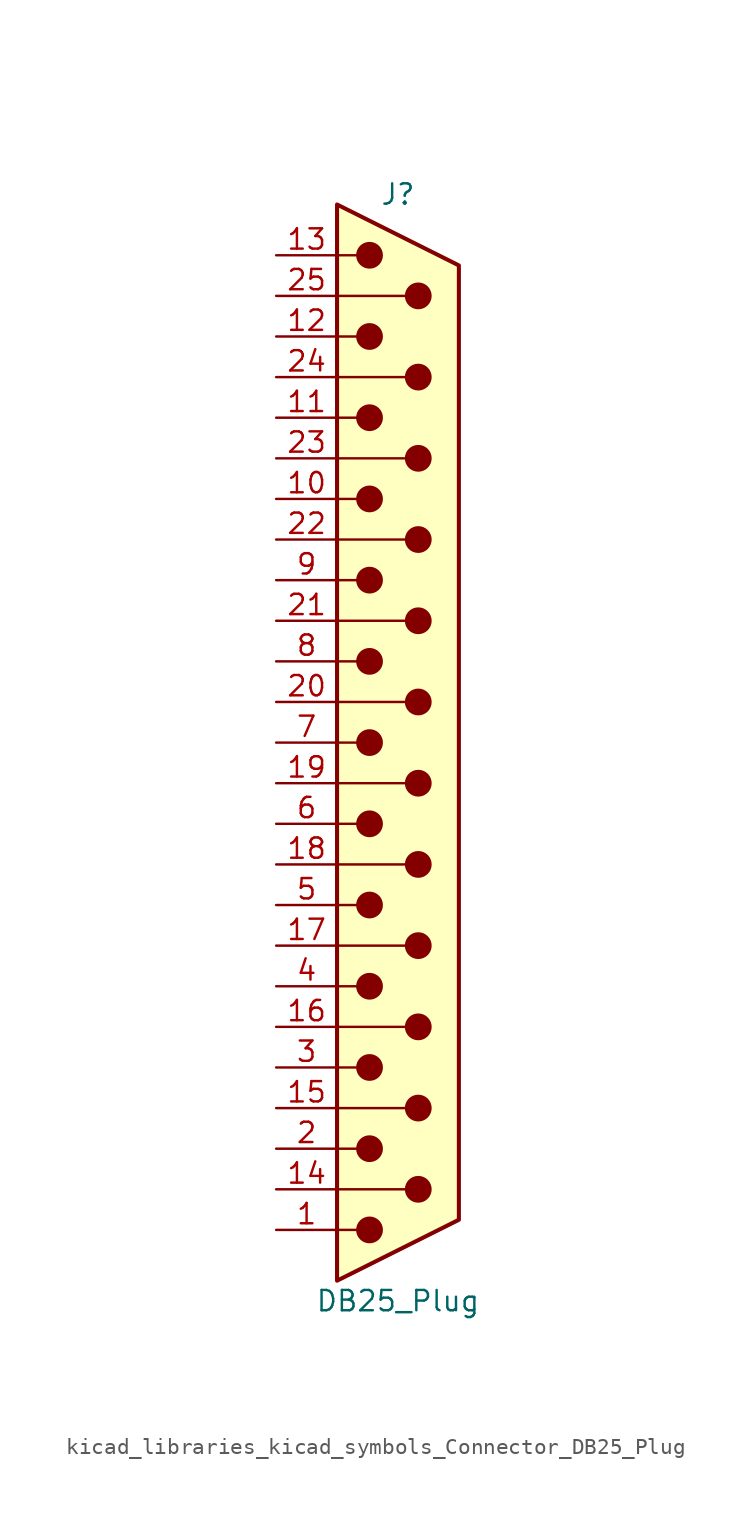
<source format=kicad_sym>
(kicad_symbol_lib
  (version 20220914)
  (generator kicad_symbol_editor)
  (symbol "kicad_libraries_kicad_symbols_Connector_DB25_Plug"
    (pin_names
      (offset 1.016) hide)
    (property "Reference" "J"
      (at 0 34.29 0)
      (effects (font (size 1.27 1.27))))
    (property "Value" "DB25_Plug"
      (at 0 -34.925 0)
      (effects (font (size 1.27 1.27))))
    (symbol "kicad_libraries_kicad_symbols_Connector_DB25_Plug_0_1"
      (circle (center -1.778 -30.48) (radius 0.762) (stroke (width 0) (type default)) (fill (type outline)))
      (circle (center -1.778 -25.4) (radius 0.762) (stroke (width 0) (type default)) (fill (type outline)))
      (circle (center -1.778 -20.32) (radius 0.762) (stroke (width 0) (type default)) (fill (type outline)))
      (circle (center -1.778 -15.24) (radius 0.762) (stroke (width 0) (type default)) (fill (type outline)))
      (circle (center -1.778 -10.16) (radius 0.762) (stroke (width 0) (type default)) (fill (type outline)))
      (circle (center -1.778 -5.08) (radius 0.762) (stroke (width 0) (type default)) (fill (type outline)))
      (circle (center -1.778 0) (radius 0.762) (stroke (width 0) (type default)) (fill (type outline)))
      (circle (center -1.778 5.08) (radius 0.762) (stroke (width 0) (type default)) (fill (type outline)))
      (circle (center -1.778 10.16) (radius 0.762) (stroke (width 0) (type default)) (fill (type outline)))
      (circle (center -1.778 15.24) (radius 0.762) (stroke (width 0) (type default)) (fill (type outline)))
      (circle (center -1.778 20.32) (radius 0.762) (stroke (width 0) (type default)) (fill (type outline)))
      (circle (center -1.778 25.4) (radius 0.762) (stroke (width 0) (type default)) (fill (type outline)))
      (circle (center -1.778 30.48) (radius 0.762) (stroke (width 0) (type default)) (fill (type outline)))
      (polyline (pts (xy -3.81 -30.48) (xy -2.54 -30.48)) (stroke (width 0) (type default)) (fill (type none)))
      (polyline (pts (xy -3.81 -27.94) (xy 0.508 -27.94)) (stroke (width 0) (type default)) (fill (type none)))
      (polyline (pts (xy -3.81 -25.4) (xy -2.54 -25.4)) (stroke (width 0) (type default)) (fill (type none)))
      (polyline (pts (xy -3.81 -22.86) (xy 0.508 -22.86)) (stroke (width 0) (type default)) (fill (type none)))
      (polyline (pts (xy -3.81 -20.32) (xy -2.54 -20.32)) (stroke (width 0) (type default)) (fill (type none)))
      (polyline (pts (xy -3.81 -17.78) (xy 0.508 -17.78)) (stroke (width 0) (type default)) (fill (type none)))
      (polyline (pts (xy -3.81 -15.24) (xy -2.54 -15.24)) (stroke (width 0) (type default)) (fill (type none)))
      (polyline (pts (xy -3.81 -12.7) (xy 0.508 -12.7)) (stroke (width 0) (type default)) (fill (type none)))
      (polyline (pts (xy -3.81 -10.16) (xy -2.54 -10.16)) (stroke (width 0) (type default)) (fill (type none)))
      (polyline (pts (xy -3.81 -7.62) (xy 0.508 -7.62)) (stroke (width 0) (type default)) (fill (type none)))
      (polyline (pts (xy -3.81 -5.08) (xy -2.54 -5.08)) (stroke (width 0) (type default)) (fill (type none)))
      (polyline (pts (xy -3.81 -2.54) (xy 0.508 -2.54)) (stroke (width 0) (type default)) (fill (type none)))
      (polyline (pts (xy -3.81 0) (xy -2.54 0)) (stroke (width 0) (type default)) (fill (type none)))
      (polyline (pts (xy -3.81 2.54) (xy 0.508 2.54)) (stroke (width 0) (type default)) (fill (type none)))
      (polyline (pts (xy -3.81 5.08) (xy -2.54 5.08)) (stroke (width 0) (type default)) (fill (type none)))
      (polyline (pts (xy -3.81 7.62) (xy 0.508 7.62)) (stroke (width 0) (type default)) (fill (type none)))
      (polyline (pts (xy -3.81 10.16) (xy -2.54 10.16)) (stroke (width 0) (type default)) (fill (type none)))
      (polyline (pts (xy -3.81 12.7) (xy 0.508 12.7)) (stroke (width 0) (type default)) (fill (type none)))
      (polyline (pts (xy -3.81 15.24) (xy -2.54 15.24)) (stroke (width 0) (type default)) (fill (type none)))
      (polyline (pts (xy -3.81 17.78) (xy 0.508 17.78)) (stroke (width 0) (type default)) (fill (type none)))
      (polyline (pts (xy -3.81 20.32) (xy -2.54 20.32)) (stroke (width 0) (type default)) (fill (type none)))
      (polyline (pts (xy -3.81 22.86) (xy 0.508 22.86)) (stroke (width 0) (type default)) (fill (type none)))
      (polyline (pts (xy -3.81 25.4) (xy -2.54 25.4)) (stroke (width 0) (type default)) (fill (type none)))
      (polyline (pts (xy -3.81 27.94) (xy 0.508 27.94)) (stroke (width 0) (type default)) (fill (type none)))
      (polyline (pts (xy -3.81 30.48) (xy -2.54 30.48)) (stroke (width 0) (type default)) (fill (type none)))
      (polyline (pts (xy -3.81 -33.655) (xy 3.81 -29.845) (xy 3.81 29.845) (xy -3.81 33.655) (xy -3.81 -33.655)) (stroke (width 0.254) (type default)) (fill (type background)))
      (circle (center 1.27 -27.94) (radius 0.762) (stroke (width 0) (type default)) (fill (type outline)))
      (circle (center 1.27 -22.86) (radius 0.762) (stroke (width 0) (type default)) (fill (type outline)))
      (circle (center 1.27 -17.78) (radius 0.762) (stroke (width 0) (type default)) (fill (type outline)))
      (circle (center 1.27 -12.7) (radius 0.762) (stroke (width 0) (type default)) (fill (type outline)))
      (circle (center 1.27 -7.62) (radius 0.762) (stroke (width 0) (type default)) (fill (type outline)))
      (circle (center 1.27 -2.54) (radius 0.762) (stroke (width 0) (type default)) (fill (type outline)))
      (circle (center 1.27 2.54) (radius 0.762) (stroke (width 0) (type default)) (fill (type outline)))
      (circle (center 1.27 7.62) (radius 0.762) (stroke (width 0) (type default)) (fill (type outline)))
      (circle (center 1.27 12.7) (radius 0.762) (stroke (width 0) (type default)) (fill (type outline)))
      (circle (center 1.27 17.78) (radius 0.762) (stroke (width 0) (type default)) (fill (type outline)))
      (circle (center 1.27 22.86) (radius 0.762) (stroke (width 0) (type default)) (fill (type outline)))
      (circle (center 1.27 27.94) (radius 0.762) (stroke (width 0) (type default)) (fill (type outline))))
    (symbol "kicad_libraries_kicad_symbols_Connector_DB25_Plug_1_1"
      (pin passive line (at -7.62 -30.48 0) (length 3.81) (name "1" (effects (font (size 1.27 1.27)))) (number "1" (effects (font (size 1.27 1.27)))))
      (pin passive line (at -7.62 15.24 0) (length 3.81) (name "10" (effects (font (size 1.27 1.27)))) (number "10" (effects (font (size 1.27 1.27)))))
      (pin passive line (at -7.62 20.32 0) (length 3.81) (name "11" (effects (font (size 1.27 1.27)))) (number "11" (effects (font (size 1.27 1.27)))))
      (pin passive line (at -7.62 25.4 0) (length 3.81) (name "12" (effects (font (size 1.27 1.27)))) (number "12" (effects (font (size 1.27 1.27)))))
      (pin passive line (at -7.62 30.48 0) (length 3.81) (name "13" (effects (font (size 1.27 1.27)))) (number "13" (effects (font (size 1.27 1.27)))))
      (pin passive line (at -7.62 -27.94 0) (length 3.81) (name "P14" (effects (font (size 1.27 1.27)))) (number "14" (effects (font (size 1.27 1.27)))))
      (pin passive line (at -7.62 -22.86 0) (length 3.81) (name "P15" (effects (font (size 1.27 1.27)))) (number "15" (effects (font (size 1.27 1.27)))))
      (pin passive line (at -7.62 -17.78 0) (length 3.81) (name "P16" (effects (font (size 1.27 1.27)))) (number "16" (effects (font (size 1.27 1.27)))))
      (pin passive line (at -7.62 -12.7 0) (length 3.81) (name "P17" (effects (font (size 1.27 1.27)))) (number "17" (effects (font (size 1.27 1.27)))))
      (pin passive line (at -7.62 -7.62 0) (length 3.81) (name "P18" (effects (font (size 1.27 1.27)))) (number "18" (effects (font (size 1.27 1.27)))))
      (pin passive line (at -7.62 -2.54 0) (length 3.81) (name "P19" (effects (font (size 1.27 1.27)))) (number "19" (effects (font (size 1.27 1.27)))))
      (pin passive line (at -7.62 -25.4 0) (length 3.81) (name "2" (effects (font (size 1.27 1.27)))) (number "2" (effects (font (size 1.27 1.27)))))
      (pin passive line (at -7.62 2.54 0) (length 3.81) (name "P20" (effects (font (size 1.27 1.27)))) (number "20" (effects (font (size 1.27 1.27)))))
      (pin passive line (at -7.62 7.62 0) (length 3.81) (name "P21" (effects (font (size 1.27 1.27)))) (number "21" (effects (font (size 1.27 1.27)))))
      (pin passive line (at -7.62 12.7 0) (length 3.81) (name "P22" (effects (font (size 1.27 1.27)))) (number "22" (effects (font (size 1.27 1.27)))))
      (pin passive line (at -7.62 17.78 0) (length 3.81) (name "P23" (effects (font (size 1.27 1.27)))) (number "23" (effects (font (size 1.27 1.27)))))
      (pin passive line (at -7.62 22.86 0) (length 3.81) (name "P24" (effects (font (size 1.27 1.27)))) (number "24" (effects (font (size 1.27 1.27)))))
      (pin passive line (at -7.62 27.94 0) (length 3.81) (name "P25" (effects (font (size 1.27 1.27)))) (number "25" (effects (font (size 1.27 1.27)))))
      (pin passive line (at -7.62 -20.32 0) (length 3.81) (name "3" (effects (font (size 1.27 1.27)))) (number "3" (effects (font (size 1.27 1.27)))))
      (pin passive line (at -7.62 -15.24 0) (length 3.81) (name "4" (effects (font (size 1.27 1.27)))) (number "4" (effects (font (size 1.27 1.27)))))
      (pin passive line (at -7.62 -10.16 0) (length 3.81) (name "5" (effects (font (size 1.27 1.27)))) (number "5" (effects (font (size 1.27 1.27)))))
      (pin passive line (at -7.62 -5.08 0) (length 3.81) (name "6" (effects (font (size 1.27 1.27)))) (number "6" (effects (font (size 1.27 1.27)))))
      (pin passive line (at -7.62 0 0) (length 3.81) (name "7" (effects (font (size 1.27 1.27)))) (number "7" (effects (font (size 1.27 1.27)))))
      (pin passive line (at -7.62 5.08 0) (length 3.81) (name "8" (effects (font (size 1.27 1.27)))) (number "8" (effects (font (size 1.27 1.27)))))
      (pin passive line (at -7.62 10.16 0) (length 3.81) (name "9" (effects (font (size 1.27 1.27)))) (number "9" (effects (font (size 1.27 1.27))))))))
</source>
